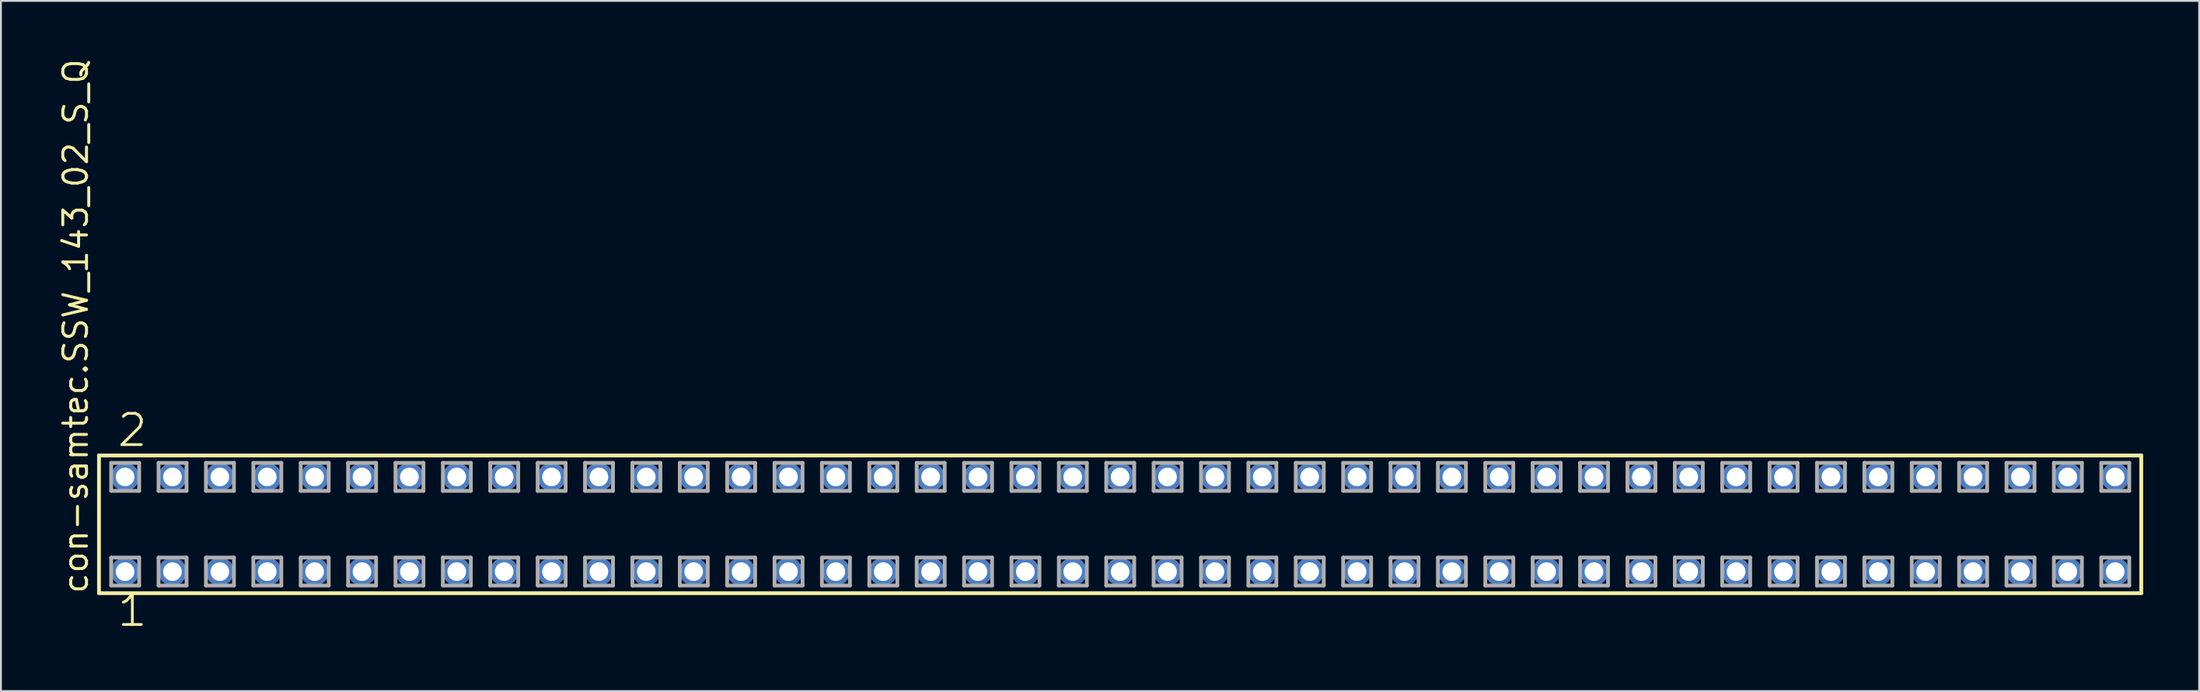
<source format=kicad_pcb>
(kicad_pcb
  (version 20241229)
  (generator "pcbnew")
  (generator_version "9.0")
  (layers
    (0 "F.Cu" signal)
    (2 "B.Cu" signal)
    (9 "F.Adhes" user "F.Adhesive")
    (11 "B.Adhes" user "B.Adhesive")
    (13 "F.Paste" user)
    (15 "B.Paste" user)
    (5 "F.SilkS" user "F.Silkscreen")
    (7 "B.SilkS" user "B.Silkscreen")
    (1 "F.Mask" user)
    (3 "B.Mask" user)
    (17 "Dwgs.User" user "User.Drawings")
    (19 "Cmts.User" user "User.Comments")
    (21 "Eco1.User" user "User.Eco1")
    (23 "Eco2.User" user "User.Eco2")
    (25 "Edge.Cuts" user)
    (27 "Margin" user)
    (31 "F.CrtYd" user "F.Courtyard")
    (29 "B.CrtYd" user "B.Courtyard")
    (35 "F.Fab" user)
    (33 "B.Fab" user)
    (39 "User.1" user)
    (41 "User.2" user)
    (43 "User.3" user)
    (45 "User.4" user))
  (footprint "con-samtec.SSW_143_02_S_Q"
    (layer "F.Cu")
    (at 56.995 25.082)
    (property "Reference" "con-samtec.SSW_143_02_S_Q" (at -55.245 3.81 90) (layer "F.SilkS") (effects (font (size 1.27 1.27) (thickness 0.16)) (justify left bottom)))
    (attr through_hole)
    (fp_line (start -54.739 -3.695) (end 54.739 -3.695) (stroke (width 0.203) (type default)) (layer "F.SilkS"))
    (fp_line (start -54.739 3.695) (end -54.739 -3.695) (stroke (width 0.203) (type default)) (layer "F.SilkS"))
    (fp_line (start 54.739 -3.695) (end 54.739 3.695) (stroke (width 0.203) (type default)) (layer "F.SilkS"))
    (fp_line (start 54.739 3.695) (end -54.739 3.695) (stroke (width 0.203) (type default)) (layer "F.SilkS"))
    (fp_line (start -54.085 -3.295) (end -52.585 -3.295) (stroke (width 0.203) (type default)) (layer "F.Fab"))
    (fp_line (start -54.085 -1.795) (end -54.085 -3.295) (stroke (width 0.203) (type default)) (layer "F.Fab"))
    (fp_line (start -54.085 1.785) (end -52.585 1.785) (stroke (width 0.203) (type default)) (layer "F.Fab"))
    (fp_line (start -54.085 3.285) (end -54.085 1.785) (stroke (width 0.203) (type default)) (layer "F.Fab"))
    (fp_line (start -52.585 -3.295) (end -52.585 -1.795) (stroke (width 0.203) (type default)) (layer "F.Fab"))
    (fp_line (start -52.585 -1.795) (end -54.085 -1.795) (stroke (width 0.203) (type default)) (layer "F.Fab"))
    (fp_line (start -52.585 1.785) (end -52.585 3.285) (stroke (width 0.203) (type default)) (layer "F.Fab"))
    (fp_line (start -52.585 3.285) (end -54.085 3.285) (stroke (width 0.203) (type default)) (layer "F.Fab"))
    (fp_line (start -51.545 -3.295) (end -50.045 -3.295) (stroke (width 0.203) (type default)) (layer "F.Fab"))
    (fp_line (start -51.545 -1.795) (end -51.545 -3.295) (stroke (width 0.203) (type default)) (layer "F.Fab"))
    (fp_line (start -51.545 1.785) (end -50.045 1.785) (stroke (width 0.203) (type default)) (layer "F.Fab"))
    (fp_line (start -51.545 3.285) (end -51.545 1.785) (stroke (width 0.203) (type default)) (layer "F.Fab"))
    (fp_line (start -50.045 -3.295) (end -50.045 -1.795) (stroke (width 0.203) (type default)) (layer "F.Fab"))
    (fp_line (start -50.045 -1.795) (end -51.545 -1.795) (stroke (width 0.203) (type default)) (layer "F.Fab"))
    (fp_line (start -50.045 1.785) (end -50.045 3.285) (stroke (width 0.203) (type default)) (layer "F.Fab"))
    (fp_line (start -50.045 3.285) (end -51.545 3.285) (stroke (width 0.203) (type default)) (layer "F.Fab"))
    (fp_line (start -49.005 -3.295) (end -47.505 -3.295) (stroke (width 0.203) (type default)) (layer "F.Fab"))
    (fp_line (start -49.005 -1.795) (end -49.005 -3.295) (stroke (width 0.203) (type default)) (layer "F.Fab"))
    (fp_line (start -49.005 1.785) (end -47.505 1.785) (stroke (width 0.203) (type default)) (layer "F.Fab"))
    (fp_line (start -49.005 3.285) (end -49.005 1.785) (stroke (width 0.203) (type default)) (layer "F.Fab"))
    (fp_line (start -47.505 -3.295) (end -47.505 -1.795) (stroke (width 0.203) (type default)) (layer "F.Fab"))
    (fp_line (start -47.505 -1.795) (end -49.005 -1.795) (stroke (width 0.203) (type default)) (layer "F.Fab"))
    (fp_line (start -47.505 1.785) (end -47.505 3.285) (stroke (width 0.203) (type default)) (layer "F.Fab"))
    (fp_line (start -47.505 3.285) (end -49.005 3.285) (stroke (width 0.203) (type default)) (layer "F.Fab"))
    (fp_line (start -46.465 -3.295) (end -44.965 -3.295) (stroke (width 0.203) (type default)) (layer "F.Fab"))
    (fp_line (start -46.465 -1.795) (end -46.465 -3.295) (stroke (width 0.203) (type default)) (layer "F.Fab"))
    (fp_line (start -46.465 1.785) (end -44.965 1.785) (stroke (width 0.203) (type default)) (layer "F.Fab"))
    (fp_line (start -46.465 3.285) (end -46.465 1.785) (stroke (width 0.203) (type default)) (layer "F.Fab"))
    (fp_line (start -44.965 -3.295) (end -44.965 -1.795) (stroke (width 0.203) (type default)) (layer "F.Fab"))
    (fp_line (start -44.965 -1.795) (end -46.465 -1.795) (stroke (width 0.203) (type default)) (layer "F.Fab"))
    (fp_line (start -44.965 1.785) (end -44.965 3.285) (stroke (width 0.203) (type default)) (layer "F.Fab"))
    (fp_line (start -44.965 3.285) (end -46.465 3.285) (stroke (width 0.203) (type default)) (layer "F.Fab"))
    (fp_line (start -43.925 -3.295) (end -42.425 -3.295) (stroke (width 0.203) (type default)) (layer "F.Fab"))
    (fp_line (start -43.925 -1.795) (end -43.925 -3.295) (stroke (width 0.203) (type default)) (layer "F.Fab"))
    (fp_line (start -43.925 1.785) (end -42.425 1.785) (stroke (width 0.203) (type default)) (layer "F.Fab"))
    (fp_line (start -43.925 3.285) (end -43.925 1.785) (stroke (width 0.203) (type default)) (layer "F.Fab"))
    (fp_line (start -42.425 -3.295) (end -42.425 -1.795) (stroke (width 0.203) (type default)) (layer "F.Fab"))
    (fp_line (start -42.425 -1.795) (end -43.925 -1.795) (stroke (width 0.203) (type default)) (layer "F.Fab"))
    (fp_line (start -42.425 1.785) (end -42.425 3.285) (stroke (width 0.203) (type default)) (layer "F.Fab"))
    (fp_line (start -42.425 3.285) (end -43.925 3.285) (stroke (width 0.203) (type default)) (layer "F.Fab"))
    (fp_line (start -41.385 -3.295) (end -39.885 -3.295) (stroke (width 0.203) (type default)) (layer "F.Fab"))
    (fp_line (start -41.385 -1.795) (end -41.385 -3.295) (stroke (width 0.203) (type default)) (layer "F.Fab"))
    (fp_line (start -41.385 1.785) (end -39.885 1.785) (stroke (width 0.203) (type default)) (layer "F.Fab"))
    (fp_line (start -41.385 3.285) (end -41.385 1.785) (stroke (width 0.203) (type default)) (layer "F.Fab"))
    (fp_line (start -39.885 -3.295) (end -39.885 -1.795) (stroke (width 0.203) (type default)) (layer "F.Fab"))
    (fp_line (start -39.885 -1.795) (end -41.385 -1.795) (stroke (width 0.203) (type default)) (layer "F.Fab"))
    (fp_line (start -39.885 1.785) (end -39.885 3.285) (stroke (width 0.203) (type default)) (layer "F.Fab"))
    (fp_line (start -39.885 3.285) (end -41.385 3.285) (stroke (width 0.203) (type default)) (layer "F.Fab"))
    (fp_line (start -38.845 -3.295) (end -37.345 -3.295) (stroke (width 0.203) (type default)) (layer "F.Fab"))
    (fp_line (start -38.845 -1.795) (end -38.845 -3.295) (stroke (width 0.203) (type default)) (layer "F.Fab"))
    (fp_line (start -38.845 1.785) (end -37.345 1.785) (stroke (width 0.203) (type default)) (layer "F.Fab"))
    (fp_line (start -38.845 3.285) (end -38.845 1.785) (stroke (width 0.203) (type default)) (layer "F.Fab"))
    (fp_line (start -37.345 -3.295) (end -37.345 -1.795) (stroke (width 0.203) (type default)) (layer "F.Fab"))
    (fp_line (start -37.345 -1.795) (end -38.845 -1.795) (stroke (width 0.203) (type default)) (layer "F.Fab"))
    (fp_line (start -37.345 1.785) (end -37.345 3.285) (stroke (width 0.203) (type default)) (layer "F.Fab"))
    (fp_line (start -37.345 3.285) (end -38.845 3.285) (stroke (width 0.203) (type default)) (layer "F.Fab"))
    (fp_line (start -36.305 -3.295) (end -34.805 -3.295) (stroke (width 0.203) (type default)) (layer "F.Fab"))
    (fp_line (start -36.305 -1.795) (end -36.305 -3.295) (stroke (width 0.203) (type default)) (layer "F.Fab"))
    (fp_line (start -36.305 1.785) (end -34.805 1.785) (stroke (width 0.203) (type default)) (layer "F.Fab"))
    (fp_line (start -36.305 3.285) (end -36.305 1.785) (stroke (width 0.203) (type default)) (layer "F.Fab"))
    (fp_line (start -34.805 -3.295) (end -34.805 -1.795) (stroke (width 0.203) (type default)) (layer "F.Fab"))
    (fp_line (start -34.805 -1.795) (end -36.305 -1.795) (stroke (width 0.203) (type default)) (layer "F.Fab"))
    (fp_line (start -34.805 1.785) (end -34.805 3.285) (stroke (width 0.203) (type default)) (layer "F.Fab"))
    (fp_line (start -34.805 3.285) (end -36.305 3.285) (stroke (width 0.203) (type default)) (layer "F.Fab"))
    (fp_line (start -33.765 -3.295) (end -32.265 -3.295) (stroke (width 0.203) (type default)) (layer "F.Fab"))
    (fp_line (start -33.765 -1.795) (end -33.765 -3.295) (stroke (width 0.203) (type default)) (layer "F.Fab"))
    (fp_line (start -33.765 1.785) (end -32.265 1.785) (stroke (width 0.203) (type default)) (layer "F.Fab"))
    (fp_line (start -33.765 3.285) (end -33.765 1.785) (stroke (width 0.203) (type default)) (layer "F.Fab"))
    (fp_line (start -32.265 -3.295) (end -32.265 -1.795) (stroke (width 0.203) (type default)) (layer "F.Fab"))
    (fp_line (start -32.265 -1.795) (end -33.765 -1.795) (stroke (width 0.203) (type default)) (layer "F.Fab"))
    (fp_line (start -32.265 1.785) (end -32.265 3.285) (stroke (width 0.203) (type default)) (layer "F.Fab"))
    (fp_line (start -32.265 3.285) (end -33.765 3.285) (stroke (width 0.203) (type default)) (layer "F.Fab"))
    (fp_line (start -31.225 -3.295) (end -29.725 -3.295) (stroke (width 0.203) (type default)) (layer "F.Fab"))
    (fp_line (start -31.225 -1.795) (end -31.225 -3.295) (stroke (width 0.203) (type default)) (layer "F.Fab"))
    (fp_line (start -31.225 1.785) (end -29.725 1.785) (stroke (width 0.203) (type default)) (layer "F.Fab"))
    (fp_line (start -31.225 3.285) (end -31.225 1.785) (stroke (width 0.203) (type default)) (layer "F.Fab"))
    (fp_line (start -29.725 -3.295) (end -29.725 -1.795) (stroke (width 0.203) (type default)) (layer "F.Fab"))
    (fp_line (start -29.725 -1.795) (end -31.225 -1.795) (stroke (width 0.203) (type default)) (layer "F.Fab"))
    (fp_line (start -29.725 1.785) (end -29.725 3.285) (stroke (width 0.203) (type default)) (layer "F.Fab"))
    (fp_line (start -29.725 3.285) (end -31.225 3.285) (stroke (width 0.203) (type default)) (layer "F.Fab"))
    (fp_line (start -28.685 -3.295) (end -27.185 -3.295) (stroke (width 0.203) (type default)) (layer "F.Fab"))
    (fp_line (start -28.685 -1.795) (end -28.685 -3.295) (stroke (width 0.203) (type default)) (layer "F.Fab"))
    (fp_line (start -28.685 1.785) (end -27.185 1.785) (stroke (width 0.203) (type default)) (layer "F.Fab"))
    (fp_line (start -28.685 3.285) (end -28.685 1.785) (stroke (width 0.203) (type default)) (layer "F.Fab"))
    (fp_line (start -27.185 -3.295) (end -27.185 -1.795) (stroke (width 0.203) (type default)) (layer "F.Fab"))
    (fp_line (start -27.185 -1.795) (end -28.685 -1.795) (stroke (width 0.203) (type default)) (layer "F.Fab"))
    (fp_line (start -27.185 1.785) (end -27.185 3.285) (stroke (width 0.203) (type default)) (layer "F.Fab"))
    (fp_line (start -27.185 3.285) (end -28.685 3.285) (stroke (width 0.203) (type default)) (layer "F.Fab"))
    (fp_line (start -26.145 -3.295) (end -24.645 -3.295) (stroke (width 0.203) (type default)) (layer "F.Fab"))
    (fp_line (start -26.145 -1.795) (end -26.145 -3.295) (stroke (width 0.203) (type default)) (layer "F.Fab"))
    (fp_line (start -26.145 1.785) (end -24.645 1.785) (stroke (width 0.203) (type default)) (layer "F.Fab"))
    (fp_line (start -26.145 3.285) (end -26.145 1.785) (stroke (width 0.203) (type default)) (layer "F.Fab"))
    (fp_line (start -24.645 -3.295) (end -24.645 -1.795) (stroke (width 0.203) (type default)) (layer "F.Fab"))
    (fp_line (start -24.645 -1.795) (end -26.145 -1.795) (stroke (width 0.203) (type default)) (layer "F.Fab"))
    (fp_line (start -24.645 1.785) (end -24.645 3.285) (stroke (width 0.203) (type default)) (layer "F.Fab"))
    (fp_line (start -24.645 3.285) (end -26.145 3.285) (stroke (width 0.203) (type default)) (layer "F.Fab"))
    (fp_line (start -23.605 -3.295) (end -22.105 -3.295) (stroke (width 0.203) (type default)) (layer "F.Fab"))
    (fp_line (start -23.605 -1.795) (end -23.605 -3.295) (stroke (width 0.203) (type default)) (layer "F.Fab"))
    (fp_line (start -23.605 1.785) (end -22.105 1.785) (stroke (width 0.203) (type default)) (layer "F.Fab"))
    (fp_line (start -23.605 3.285) (end -23.605 1.785) (stroke (width 0.203) (type default)) (layer "F.Fab"))
    (fp_line (start -22.105 -3.295) (end -22.105 -1.795) (stroke (width 0.203) (type default)) (layer "F.Fab"))
    (fp_line (start -22.105 -1.795) (end -23.605 -1.795) (stroke (width 0.203) (type default)) (layer "F.Fab"))
    (fp_line (start -22.105 1.785) (end -22.105 3.285) (stroke (width 0.203) (type default)) (layer "F.Fab"))
    (fp_line (start -22.105 3.285) (end -23.605 3.285) (stroke (width 0.203) (type default)) (layer "F.Fab"))
    (fp_line (start -21.065 -3.295) (end -19.565 -3.295) (stroke (width 0.203) (type default)) (layer "F.Fab"))
    (fp_line (start -21.065 -1.795) (end -21.065 -3.295) (stroke (width 0.203) (type default)) (layer "F.Fab"))
    (fp_line (start -21.065 1.785) (end -19.565 1.785) (stroke (width 0.203) (type default)) (layer "F.Fab"))
    (fp_line (start -21.065 3.285) (end -21.065 1.785) (stroke (width 0.203) (type default)) (layer "F.Fab"))
    (fp_line (start -19.565 -3.295) (end -19.565 -1.795) (stroke (width 0.203) (type default)) (layer "F.Fab"))
    (fp_line (start -19.565 -1.795) (end -21.065 -1.795) (stroke (width 0.203) (type default)) (layer "F.Fab"))
    (fp_line (start -19.565 1.785) (end -19.565 3.285) (stroke (width 0.203) (type default)) (layer "F.Fab"))
    (fp_line (start -19.565 3.285) (end -21.065 3.285) (stroke (width 0.203) (type default)) (layer "F.Fab"))
    (fp_line (start -18.525 -3.295) (end -17.025 -3.295) (stroke (width 0.203) (type default)) (layer "F.Fab"))
    (fp_line (start -18.525 -1.795) (end -18.525 -3.295) (stroke (width 0.203) (type default)) (layer "F.Fab"))
    (fp_line (start -18.525 1.785) (end -17.025 1.785) (stroke (width 0.203) (type default)) (layer "F.Fab"))
    (fp_line (start -18.525 3.285) (end -18.525 1.785) (stroke (width 0.203) (type default)) (layer "F.Fab"))
    (fp_line (start -17.025 -3.295) (end -17.025 -1.795) (stroke (width 0.203) (type default)) (layer "F.Fab"))
    (fp_line (start -17.025 -1.795) (end -18.525 -1.795) (stroke (width 0.203) (type default)) (layer "F.Fab"))
    (fp_line (start -17.025 1.785) (end -17.025 3.285) (stroke (width 0.203) (type default)) (layer "F.Fab"))
    (fp_line (start -17.025 3.285) (end -18.525 3.285) (stroke (width 0.203) (type default)) (layer "F.Fab"))
    (fp_line (start -15.985 -3.295) (end -14.485 -3.295) (stroke (width 0.203) (type default)) (layer "F.Fab"))
    (fp_line (start -15.985 -1.795) (end -15.985 -3.295) (stroke (width 0.203) (type default)) (layer "F.Fab"))
    (fp_line (start -15.985 1.785) (end -14.485 1.785) (stroke (width 0.203) (type default)) (layer "F.Fab"))
    (fp_line (start -15.985 3.285) (end -15.985 1.785) (stroke (width 0.203) (type default)) (layer "F.Fab"))
    (fp_line (start -14.485 -3.295) (end -14.485 -1.795) (stroke (width 0.203) (type default)) (layer "F.Fab"))
    (fp_line (start -14.485 -1.795) (end -15.985 -1.795) (stroke (width 0.203) (type default)) (layer "F.Fab"))
    (fp_line (start -14.485 1.785) (end -14.485 3.285) (stroke (width 0.203) (type default)) (layer "F.Fab"))
    (fp_line (start -14.485 3.285) (end -15.985 3.285) (stroke (width 0.203) (type default)) (layer "F.Fab"))
    (fp_line (start -13.445 -3.295) (end -11.945 -3.295) (stroke (width 0.203) (type default)) (layer "F.Fab"))
    (fp_line (start -13.445 -1.795) (end -13.445 -3.295) (stroke (width 0.203) (type default)) (layer "F.Fab"))
    (fp_line (start -13.445 1.785) (end -11.945 1.785) (stroke (width 0.203) (type default)) (layer "F.Fab"))
    (fp_line (start -13.445 3.285) (end -13.445 1.785) (stroke (width 0.203) (type default)) (layer "F.Fab"))
    (fp_line (start -11.945 -3.295) (end -11.945 -1.795) (stroke (width 0.203) (type default)) (layer "F.Fab"))
    (fp_line (start -11.945 -1.795) (end -13.445 -1.795) (stroke (width 0.203) (type default)) (layer "F.Fab"))
    (fp_line (start -11.945 1.785) (end -11.945 3.285) (stroke (width 0.203) (type default)) (layer "F.Fab"))
    (fp_line (start -11.945 3.285) (end -13.445 3.285) (stroke (width 0.203) (type default)) (layer "F.Fab"))
    (fp_line (start -10.905 -3.295) (end -9.405 -3.295) (stroke (width 0.203) (type default)) (layer "F.Fab"))
    (fp_line (start -10.905 -1.795) (end -10.905 -3.295) (stroke (width 0.203) (type default)) (layer "F.Fab"))
    (fp_line (start -10.905 1.785) (end -9.405 1.785) (stroke (width 0.203) (type default)) (layer "F.Fab"))
    (fp_line (start -10.905 3.285) (end -10.905 1.785) (stroke (width 0.203) (type default)) (layer "F.Fab"))
    (fp_line (start -9.405 -3.295) (end -9.405 -1.795) (stroke (width 0.203) (type default)) (layer "F.Fab"))
    (fp_line (start -9.405 -1.795) (end -10.905 -1.795) (stroke (width 0.203) (type default)) (layer "F.Fab"))
    (fp_line (start -9.405 1.785) (end -9.405 3.285) (stroke (width 0.203) (type default)) (layer "F.Fab"))
    (fp_line (start -9.405 3.285) (end -10.905 3.285) (stroke (width 0.203) (type default)) (layer "F.Fab"))
    (fp_line (start -8.365 -3.295) (end -6.865 -3.295) (stroke (width 0.203) (type default)) (layer "F.Fab"))
    (fp_line (start -8.365 -1.795) (end -8.365 -3.295) (stroke (width 0.203) (type default)) (layer "F.Fab"))
    (fp_line (start -8.365 1.785) (end -6.865 1.785) (stroke (width 0.203) (type default)) (layer "F.Fab"))
    (fp_line (start -8.365 3.285) (end -8.365 1.785) (stroke (width 0.203) (type default)) (layer "F.Fab"))
    (fp_line (start -6.865 -3.295) (end -6.865 -1.795) (stroke (width 0.203) (type default)) (layer "F.Fab"))
    (fp_line (start -6.865 -1.795) (end -8.365 -1.795) (stroke (width 0.203) (type default)) (layer "F.Fab"))
    (fp_line (start -6.865 1.785) (end -6.865 3.285) (stroke (width 0.203) (type default)) (layer "F.Fab"))
    (fp_line (start -6.865 3.285) (end -8.365 3.285) (stroke (width 0.203) (type default)) (layer "F.Fab"))
    (fp_line (start -5.825 -3.295) (end -4.325 -3.295) (stroke (width 0.203) (type default)) (layer "F.Fab"))
    (fp_line (start -5.825 -1.795) (end -5.825 -3.295) (stroke (width 0.203) (type default)) (layer "F.Fab"))
    (fp_line (start -5.825 1.785) (end -4.325 1.785) (stroke (width 0.203) (type default)) (layer "F.Fab"))
    (fp_line (start -5.825 3.285) (end -5.825 1.785) (stroke (width 0.203) (type default)) (layer "F.Fab"))
    (fp_line (start -4.325 -3.295) (end -4.325 -1.795) (stroke (width 0.203) (type default)) (layer "F.Fab"))
    (fp_line (start -4.325 -1.795) (end -5.825 -1.795) (stroke (width 0.203) (type default)) (layer "F.Fab"))
    (fp_line (start -4.325 1.785) (end -4.325 3.285) (stroke (width 0.203) (type default)) (layer "F.Fab"))
    (fp_line (start -4.325 3.285) (end -5.825 3.285) (stroke (width 0.203) (type default)) (layer "F.Fab"))
    (fp_line (start -3.285 -3.295) (end -1.785 -3.295) (stroke (width 0.203) (type default)) (layer "F.Fab"))
    (fp_line (start -3.285 -1.795) (end -3.285 -3.295) (stroke (width 0.203) (type default)) (layer "F.Fab"))
    (fp_line (start -3.285 1.785) (end -1.785 1.785) (stroke (width 0.203) (type default)) (layer "F.Fab"))
    (fp_line (start -3.285 3.285) (end -3.285 1.785) (stroke (width 0.203) (type default)) (layer "F.Fab"))
    (fp_line (start -1.785 -3.295) (end -1.785 -1.795) (stroke (width 0.203) (type default)) (layer "F.Fab"))
    (fp_line (start -1.785 -1.795) (end -3.285 -1.795) (stroke (width 0.203) (type default)) (layer "F.Fab"))
    (fp_line (start -1.785 1.785) (end -1.785 3.285) (stroke (width 0.203) (type default)) (layer "F.Fab"))
    (fp_line (start -1.785 3.285) (end -3.285 3.285) (stroke (width 0.203) (type default)) (layer "F.Fab"))
    (fp_line (start -0.745 -3.295) (end 0.755 -3.295) (stroke (width 0.203) (type default)) (layer "F.Fab"))
    (fp_line (start -0.745 -1.795) (end -0.745 -3.295) (stroke (width 0.203) (type default)) (layer "F.Fab"))
    (fp_line (start -0.745 1.785) (end 0.755 1.785) (stroke (width 0.203) (type default)) (layer "F.Fab"))
    (fp_line (start -0.745 3.285) (end -0.745 1.785) (stroke (width 0.203) (type default)) (layer "F.Fab"))
    (fp_line (start 0.755 -3.295) (end 0.755 -1.795) (stroke (width 0.203) (type default)) (layer "F.Fab"))
    (fp_line (start 0.755 -1.795) (end -0.745 -1.795) (stroke (width 0.203) (type default)) (layer "F.Fab"))
    (fp_line (start 0.755 1.785) (end 0.755 3.285) (stroke (width 0.203) (type default)) (layer "F.Fab"))
    (fp_line (start 0.755 3.285) (end -0.745 3.285) (stroke (width 0.203) (type default)) (layer "F.Fab"))
    (fp_line (start 1.795 -3.295) (end 3.295 -3.295) (stroke (width 0.203) (type default)) (layer "F.Fab"))
    (fp_line (start 1.795 -1.795) (end 1.795 -3.295) (stroke (width 0.203) (type default)) (layer "F.Fab"))
    (fp_line (start 1.795 1.785) (end 3.295 1.785) (stroke (width 0.203) (type default)) (layer "F.Fab"))
    (fp_line (start 1.795 3.285) (end 1.795 1.785) (stroke (width 0.203) (type default)) (layer "F.Fab"))
    (fp_line (start 3.295 -3.295) (end 3.295 -1.795) (stroke (width 0.203) (type default)) (layer "F.Fab"))
    (fp_line (start 3.295 -1.795) (end 1.795 -1.795) (stroke (width 0.203) (type default)) (layer "F.Fab"))
    (fp_line (start 3.295 1.785) (end 3.295 3.285) (stroke (width 0.203) (type default)) (layer "F.Fab"))
    (fp_line (start 3.295 3.285) (end 1.795 3.285) (stroke (width 0.203) (type default)) (layer "F.Fab"))
    (fp_line (start 4.335 -3.295) (end 5.835 -3.295) (stroke (width 0.203) (type default)) (layer "F.Fab"))
    (fp_line (start 4.335 -1.795) (end 4.335 -3.295) (stroke (width 0.203) (type default)) (layer "F.Fab"))
    (fp_line (start 4.335 1.785) (end 5.835 1.785) (stroke (width 0.203) (type default)) (layer "F.Fab"))
    (fp_line (start 4.335 3.285) (end 4.335 1.785) (stroke (width 0.203) (type default)) (layer "F.Fab"))
    (fp_line (start 5.835 -3.295) (end 5.835 -1.795) (stroke (width 0.203) (type default)) (layer "F.Fab"))
    (fp_line (start 5.835 -1.795) (end 4.335 -1.795) (stroke (width 0.203) (type default)) (layer "F.Fab"))
    (fp_line (start 5.835 1.785) (end 5.835 3.285) (stroke (width 0.203) (type default)) (layer "F.Fab"))
    (fp_line (start 5.835 3.285) (end 4.335 3.285) (stroke (width 0.203) (type default)) (layer "F.Fab"))
    (fp_line (start 6.875 -3.295) (end 8.375 -3.295) (stroke (width 0.203) (type default)) (layer "F.Fab"))
    (fp_line (start 6.875 -1.795) (end 6.875 -3.295) (stroke (width 0.203) (type default)) (layer "F.Fab"))
    (fp_line (start 6.875 1.785) (end 8.375 1.785) (stroke (width 0.203) (type default)) (layer "F.Fab"))
    (fp_line (start 6.875 3.285) (end 6.875 1.785) (stroke (width 0.203) (type default)) (layer "F.Fab"))
    (fp_line (start 8.375 -3.295) (end 8.375 -1.795) (stroke (width 0.203) (type default)) (layer "F.Fab"))
    (fp_line (start 8.375 -1.795) (end 6.875 -1.795) (stroke (width 0.203) (type default)) (layer "F.Fab"))
    (fp_line (start 8.375 1.785) (end 8.375 3.285) (stroke (width 0.203) (type default)) (layer "F.Fab"))
    (fp_line (start 8.375 3.285) (end 6.875 3.285) (stroke (width 0.203) (type default)) (layer "F.Fab"))
    (fp_line (start 9.415 -3.295) (end 10.915 -3.295) (stroke (width 0.203) (type default)) (layer "F.Fab"))
    (fp_line (start 9.415 -1.795) (end 9.415 -3.295) (stroke (width 0.203) (type default)) (layer "F.Fab"))
    (fp_line (start 9.415 1.785) (end 10.915 1.785) (stroke (width 0.203) (type default)) (layer "F.Fab"))
    (fp_line (start 9.415 3.285) (end 9.415 1.785) (stroke (width 0.203) (type default)) (layer "F.Fab"))
    (fp_line (start 10.915 -3.295) (end 10.915 -1.795) (stroke (width 0.203) (type default)) (layer "F.Fab"))
    (fp_line (start 10.915 -1.795) (end 9.415 -1.795) (stroke (width 0.203) (type default)) (layer "F.Fab"))
    (fp_line (start 10.915 1.785) (end 10.915 3.285) (stroke (width 0.203) (type default)) (layer "F.Fab"))
    (fp_line (start 10.915 3.285) (end 9.415 3.285) (stroke (width 0.203) (type default)) (layer "F.Fab"))
    (fp_line (start 11.955 -3.295) (end 13.455 -3.295) (stroke (width 0.203) (type default)) (layer "F.Fab"))
    (fp_line (start 11.955 -1.795) (end 11.955 -3.295) (stroke (width 0.203) (type default)) (layer "F.Fab"))
    (fp_line (start 11.955 1.785) (end 13.455 1.785) (stroke (width 0.203) (type default)) (layer "F.Fab"))
    (fp_line (start 11.955 3.285) (end 11.955 1.785) (stroke (width 0.203) (type default)) (layer "F.Fab"))
    (fp_line (start 13.455 -3.295) (end 13.455 -1.795) (stroke (width 0.203) (type default)) (layer "F.Fab"))
    (fp_line (start 13.455 -1.795) (end 11.955 -1.795) (stroke (width 0.203) (type default)) (layer "F.Fab"))
    (fp_line (start 13.455 1.785) (end 13.455 3.285) (stroke (width 0.203) (type default)) (layer "F.Fab"))
    (fp_line (start 13.455 3.285) (end 11.955 3.285) (stroke (width 0.203) (type default)) (layer "F.Fab"))
    (fp_line (start 14.495 -3.295) (end 15.995 -3.295) (stroke (width 0.203) (type default)) (layer "F.Fab"))
    (fp_line (start 14.495 -1.795) (end 14.495 -3.295) (stroke (width 0.203) (type default)) (layer "F.Fab"))
    (fp_line (start 14.495 1.785) (end 15.995 1.785) (stroke (width 0.203) (type default)) (layer "F.Fab"))
    (fp_line (start 14.495 3.285) (end 14.495 1.785) (stroke (width 0.203) (type default)) (layer "F.Fab"))
    (fp_line (start 15.995 -3.295) (end 15.995 -1.795) (stroke (width 0.203) (type default)) (layer "F.Fab"))
    (fp_line (start 15.995 -1.795) (end 14.495 -1.795) (stroke (width 0.203) (type default)) (layer "F.Fab"))
    (fp_line (start 15.995 1.785) (end 15.995 3.285) (stroke (width 0.203) (type default)) (layer "F.Fab"))
    (fp_line (start 15.995 3.285) (end 14.495 3.285) (stroke (width 0.203) (type default)) (layer "F.Fab"))
    (fp_line (start 17.035 -3.295) (end 18.535 -3.295) (stroke (width 0.203) (type default)) (layer "F.Fab"))
    (fp_line (start 17.035 -1.795) (end 17.035 -3.295) (stroke (width 0.203) (type default)) (layer "F.Fab"))
    (fp_line (start 17.035 1.785) (end 18.535 1.785) (stroke (width 0.203) (type default)) (layer "F.Fab"))
    (fp_line (start 17.035 3.285) (end 17.035 1.785) (stroke (width 0.203) (type default)) (layer "F.Fab"))
    (fp_line (start 18.535 -3.295) (end 18.535 -1.795) (stroke (width 0.203) (type default)) (layer "F.Fab"))
    (fp_line (start 18.535 -1.795) (end 17.035 -1.795) (stroke (width 0.203) (type default)) (layer "F.Fab"))
    (fp_line (start 18.535 1.785) (end 18.535 3.285) (stroke (width 0.203) (type default)) (layer "F.Fab"))
    (fp_line (start 18.535 3.285) (end 17.035 3.285) (stroke (width 0.203) (type default)) (layer "F.Fab"))
    (fp_line (start 19.575 -3.295) (end 21.075 -3.295) (stroke (width 0.203) (type default)) (layer "F.Fab"))
    (fp_line (start 19.575 -1.795) (end 19.575 -3.295) (stroke (width 0.203) (type default)) (layer "F.Fab"))
    (fp_line (start 19.575 1.785) (end 21.075 1.785) (stroke (width 0.203) (type default)) (layer "F.Fab"))
    (fp_line (start 19.575 3.285) (end 19.575 1.785) (stroke (width 0.203) (type default)) (layer "F.Fab"))
    (fp_line (start 21.075 -3.295) (end 21.075 -1.795) (stroke (width 0.203) (type default)) (layer "F.Fab"))
    (fp_line (start 21.075 -1.795) (end 19.575 -1.795) (stroke (width 0.203) (type default)) (layer "F.Fab"))
    (fp_line (start 21.075 1.785) (end 21.075 3.285) (stroke (width 0.203) (type default)) (layer "F.Fab"))
    (fp_line (start 21.075 3.285) (end 19.575 3.285) (stroke (width 0.203) (type default)) (layer "F.Fab"))
    (fp_line (start 22.115 -3.295) (end 23.615 -3.295) (stroke (width 0.203) (type default)) (layer "F.Fab"))
    (fp_line (start 22.115 -1.795) (end 22.115 -3.295) (stroke (width 0.203) (type default)) (layer "F.Fab"))
    (fp_line (start 22.115 1.785) (end 23.615 1.785) (stroke (width 0.203) (type default)) (layer "F.Fab"))
    (fp_line (start 22.115 3.285) (end 22.115 1.785) (stroke (width 0.203) (type default)) (layer "F.Fab"))
    (fp_line (start 23.615 -3.295) (end 23.615 -1.795) (stroke (width 0.203) (type default)) (layer "F.Fab"))
    (fp_line (start 23.615 -1.795) (end 22.115 -1.795) (stroke (width 0.203) (type default)) (layer "F.Fab"))
    (fp_line (start 23.615 1.785) (end 23.615 3.285) (stroke (width 0.203) (type default)) (layer "F.Fab"))
    (fp_line (start 23.615 3.285) (end 22.115 3.285) (stroke (width 0.203) (type default)) (layer "F.Fab"))
    (fp_line (start 24.655 -3.295) (end 26.155 -3.295) (stroke (width 0.203) (type default)) (layer "F.Fab"))
    (fp_line (start 24.655 -1.795) (end 24.655 -3.295) (stroke (width 0.203) (type default)) (layer "F.Fab"))
    (fp_line (start 24.655 1.785) (end 26.155 1.785) (stroke (width 0.203) (type default)) (layer "F.Fab"))
    (fp_line (start 24.655 3.285) (end 24.655 1.785) (stroke (width 0.203) (type default)) (layer "F.Fab"))
    (fp_line (start 26.155 -3.295) (end 26.155 -1.795) (stroke (width 0.203) (type default)) (layer "F.Fab"))
    (fp_line (start 26.155 -1.795) (end 24.655 -1.795) (stroke (width 0.203) (type default)) (layer "F.Fab"))
    (fp_line (start 26.155 1.785) (end 26.155 3.285) (stroke (width 0.203) (type default)) (layer "F.Fab"))
    (fp_line (start 26.155 3.285) (end 24.655 3.285) (stroke (width 0.203) (type default)) (layer "F.Fab"))
    (fp_line (start 27.195 -3.295) (end 28.695 -3.295) (stroke (width 0.203) (type default)) (layer "F.Fab"))
    (fp_line (start 27.195 -1.795) (end 27.195 -3.295) (stroke (width 0.203) (type default)) (layer "F.Fab"))
    (fp_line (start 27.195 1.785) (end 28.695 1.785) (stroke (width 0.203) (type default)) (layer "F.Fab"))
    (fp_line (start 27.195 3.285) (end 27.195 1.785) (stroke (width 0.203) (type default)) (layer "F.Fab"))
    (fp_line (start 28.695 -3.295) (end 28.695 -1.795) (stroke (width 0.203) (type default)) (layer "F.Fab"))
    (fp_line (start 28.695 -1.795) (end 27.195 -1.795) (stroke (width 0.203) (type default)) (layer "F.Fab"))
    (fp_line (start 28.695 1.785) (end 28.695 3.285) (stroke (width 0.203) (type default)) (layer "F.Fab"))
    (fp_line (start 28.695 3.285) (end 27.195 3.285) (stroke (width 0.203) (type default)) (layer "F.Fab"))
    (fp_line (start 29.735 -3.295) (end 31.235 -3.295) (stroke (width 0.203) (type default)) (layer "F.Fab"))
    (fp_line (start 29.735 -1.795) (end 29.735 -3.295) (stroke (width 0.203) (type default)) (layer "F.Fab"))
    (fp_line (start 29.735 1.785) (end 31.235 1.785) (stroke (width 0.203) (type default)) (layer "F.Fab"))
    (fp_line (start 29.735 3.285) (end 29.735 1.785) (stroke (width 0.203) (type default)) (layer "F.Fab"))
    (fp_line (start 31.235 -3.295) (end 31.235 -1.795) (stroke (width 0.203) (type default)) (layer "F.Fab"))
    (fp_line (start 31.235 -1.795) (end 29.735 -1.795) (stroke (width 0.203) (type default)) (layer "F.Fab"))
    (fp_line (start 31.235 1.785) (end 31.235 3.285) (stroke (width 0.203) (type default)) (layer "F.Fab"))
    (fp_line (start 31.235 3.285) (end 29.735 3.285) (stroke (width 0.203) (type default)) (layer "F.Fab"))
    (fp_line (start 32.275 -3.295) (end 33.775 -3.295) (stroke (width 0.203) (type default)) (layer "F.Fab"))
    (fp_line (start 32.275 -1.795) (end 32.275 -3.295) (stroke (width 0.203) (type default)) (layer "F.Fab"))
    (fp_line (start 32.275 1.785) (end 33.775 1.785) (stroke (width 0.203) (type default)) (layer "F.Fab"))
    (fp_line (start 32.275 3.285) (end 32.275 1.785) (stroke (width 0.203) (type default)) (layer "F.Fab"))
    (fp_line (start 33.775 -3.295) (end 33.775 -1.795) (stroke (width 0.203) (type default)) (layer "F.Fab"))
    (fp_line (start 33.775 -1.795) (end 32.275 -1.795) (stroke (width 0.203) (type default)) (layer "F.Fab"))
    (fp_line (start 33.775 1.785) (end 33.775 3.285) (stroke (width 0.203) (type default)) (layer "F.Fab"))
    (fp_line (start 33.775 3.285) (end 32.275 3.285) (stroke (width 0.203) (type default)) (layer "F.Fab"))
    (fp_line (start 34.815 -3.295) (end 36.315 -3.295) (stroke (width 0.203) (type default)) (layer "F.Fab"))
    (fp_line (start 34.815 -1.795) (end 34.815 -3.295) (stroke (width 0.203) (type default)) (layer "F.Fab"))
    (fp_line (start 34.815 1.785) (end 36.315 1.785) (stroke (width 0.203) (type default)) (layer "F.Fab"))
    (fp_line (start 34.815 3.285) (end 34.815 1.785) (stroke (width 0.203) (type default)) (layer "F.Fab"))
    (fp_line (start 36.315 -3.295) (end 36.315 -1.795) (stroke (width 0.203) (type default)) (layer "F.Fab"))
    (fp_line (start 36.315 -1.795) (end 34.815 -1.795) (stroke (width 0.203) (type default)) (layer "F.Fab"))
    (fp_line (start 36.315 1.785) (end 36.315 3.285) (stroke (width 0.203) (type default)) (layer "F.Fab"))
    (fp_line (start 36.315 3.285) (end 34.815 3.285) (stroke (width 0.203) (type default)) (layer "F.Fab"))
    (fp_line (start 37.355 -3.295) (end 38.855 -3.295) (stroke (width 0.203) (type default)) (layer "F.Fab"))
    (fp_line (start 37.355 -1.795) (end 37.355 -3.295) (stroke (width 0.203) (type default)) (layer "F.Fab"))
    (fp_line (start 37.355 1.785) (end 38.855 1.785) (stroke (width 0.203) (type default)) (layer "F.Fab"))
    (fp_line (start 37.355 3.285) (end 37.355 1.785) (stroke (width 0.203) (type default)) (layer "F.Fab"))
    (fp_line (start 38.855 -3.295) (end 38.855 -1.795) (stroke (width 0.203) (type default)) (layer "F.Fab"))
    (fp_line (start 38.855 -1.795) (end 37.355 -1.795) (stroke (width 0.203) (type default)) (layer "F.Fab"))
    (fp_line (start 38.855 1.785) (end 38.855 3.285) (stroke (width 0.203) (type default)) (layer "F.Fab"))
    (fp_line (start 38.855 3.285) (end 37.355 3.285) (stroke (width 0.203) (type default)) (layer "F.Fab"))
    (fp_line (start 39.895 -3.295) (end 41.395 -3.295) (stroke (width 0.203) (type default)) (layer "F.Fab"))
    (fp_line (start 39.895 -1.795) (end 39.895 -3.295) (stroke (width 0.203) (type default)) (layer "F.Fab"))
    (fp_line (start 39.895 1.785) (end 41.395 1.785) (stroke (width 0.203) (type default)) (layer "F.Fab"))
    (fp_line (start 39.895 3.285) (end 39.895 1.785) (stroke (width 0.203) (type default)) (layer "F.Fab"))
    (fp_line (start 41.395 -3.295) (end 41.395 -1.795) (stroke (width 0.203) (type default)) (layer "F.Fab"))
    (fp_line (start 41.395 -1.795) (end 39.895 -1.795) (stroke (width 0.203) (type default)) (layer "F.Fab"))
    (fp_line (start 41.395 1.785) (end 41.395 3.285) (stroke (width 0.203) (type default)) (layer "F.Fab"))
    (fp_line (start 41.395 3.285) (end 39.895 3.285) (stroke (width 0.203) (type default)) (layer "F.Fab"))
    (fp_line (start 42.435 -3.295) (end 43.935 -3.295) (stroke (width 0.203) (type default)) (layer "F.Fab"))
    (fp_line (start 42.435 -1.795) (end 42.435 -3.295) (stroke (width 0.203) (type default)) (layer "F.Fab"))
    (fp_line (start 42.435 1.785) (end 43.935 1.785) (stroke (width 0.203) (type default)) (layer "F.Fab"))
    (fp_line (start 42.435 3.285) (end 42.435 1.785) (stroke (width 0.203) (type default)) (layer "F.Fab"))
    (fp_line (start 43.935 -3.295) (end 43.935 -1.795) (stroke (width 0.203) (type default)) (layer "F.Fab"))
    (fp_line (start 43.935 -1.795) (end 42.435 -1.795) (stroke (width 0.203) (type default)) (layer "F.Fab"))
    (fp_line (start 43.935 1.785) (end 43.935 3.285) (stroke (width 0.203) (type default)) (layer "F.Fab"))
    (fp_line (start 43.935 3.285) (end 42.435 3.285) (stroke (width 0.203) (type default)) (layer "F.Fab"))
    (fp_line (start 44.975 -3.295) (end 46.475 -3.295) (stroke (width 0.203) (type default)) (layer "F.Fab"))
    (fp_line (start 44.975 -1.795) (end 44.975 -3.295) (stroke (width 0.203) (type default)) (layer "F.Fab"))
    (fp_line (start 44.975 1.785) (end 46.475 1.785) (stroke (width 0.203) (type default)) (layer "F.Fab"))
    (fp_line (start 44.975 3.285) (end 44.975 1.785) (stroke (width 0.203) (type default)) (layer "F.Fab"))
    (fp_line (start 46.475 -3.295) (end 46.475 -1.795) (stroke (width 0.203) (type default)) (layer "F.Fab"))
    (fp_line (start 46.475 -1.795) (end 44.975 -1.795) (stroke (width 0.203) (type default)) (layer "F.Fab"))
    (fp_line (start 46.475 1.785) (end 46.475 3.285) (stroke (width 0.203) (type default)) (layer "F.Fab"))
    (fp_line (start 46.475 3.285) (end 44.975 3.285) (stroke (width 0.203) (type default)) (layer "F.Fab"))
    (fp_line (start 47.515 -3.295) (end 49.015 -3.295) (stroke (width 0.203) (type default)) (layer "F.Fab"))
    (fp_line (start 47.515 -1.795) (end 47.515 -3.295) (stroke (width 0.203) (type default)) (layer "F.Fab"))
    (fp_line (start 47.515 1.785) (end 49.015 1.785) (stroke (width 0.203) (type default)) (layer "F.Fab"))
    (fp_line (start 47.515 3.285) (end 47.515 1.785) (stroke (width 0.203) (type default)) (layer "F.Fab"))
    (fp_line (start 49.015 -3.295) (end 49.015 -1.795) (stroke (width 0.203) (type default)) (layer "F.Fab"))
    (fp_line (start 49.015 -1.795) (end 47.515 -1.795) (stroke (width 0.203) (type default)) (layer "F.Fab"))
    (fp_line (start 49.015 1.785) (end 49.015 3.285) (stroke (width 0.203) (type default)) (layer "F.Fab"))
    (fp_line (start 49.015 3.285) (end 47.515 3.285) (stroke (width 0.203) (type default)) (layer "F.Fab"))
    (fp_line (start 50.055 -3.295) (end 51.555 -3.295) (stroke (width 0.203) (type default)) (layer "F.Fab"))
    (fp_line (start 50.055 -1.795) (end 50.055 -3.295) (stroke (width 0.203) (type default)) (layer "F.Fab"))
    (fp_line (start 50.055 1.785) (end 51.555 1.785) (stroke (width 0.203) (type default)) (layer "F.Fab"))
    (fp_line (start 50.055 3.285) (end 50.055 1.785) (stroke (width 0.203) (type default)) (layer "F.Fab"))
    (fp_line (start 51.555 -3.295) (end 51.555 -1.795) (stroke (width 0.203) (type default)) (layer "F.Fab"))
    (fp_line (start 51.555 -1.795) (end 50.055 -1.795) (stroke (width 0.203) (type default)) (layer "F.Fab"))
    (fp_line (start 51.555 1.785) (end 51.555 3.285) (stroke (width 0.203) (type default)) (layer "F.Fab"))
    (fp_line (start 51.555 3.285) (end 50.055 3.285) (stroke (width 0.203) (type default)) (layer "F.Fab"))
    (fp_line (start 52.595 -3.295) (end 54.095 -3.295) (stroke (width 0.203) (type default)) (layer "F.Fab"))
    (fp_line (start 52.595 -1.795) (end 52.595 -3.295) (stroke (width 0.203) (type default)) (layer "F.Fab"))
    (fp_line (start 52.595 1.785) (end 54.095 1.785) (stroke (width 0.203) (type default)) (layer "F.Fab"))
    (fp_line (start 52.595 3.285) (end 52.595 1.785) (stroke (width 0.203) (type default)) (layer "F.Fab"))
    (fp_line (start 54.095 -3.295) (end 54.095 -1.795) (stroke (width 0.203) (type default)) (layer "F.Fab"))
    (fp_line (start 54.095 -1.795) (end 52.595 -1.795) (stroke (width 0.203) (type default)) (layer "F.Fab"))
    (fp_line (start 54.095 1.785) (end 54.095 3.285) (stroke (width 0.203) (type default)) (layer "F.Fab"))
    (fp_line (start 54.095 3.285) (end 52.595 3.285) (stroke (width 0.203) (type default)) (layer "F.Fab"))
    (fp_text user "2" (at -53.848 -4.064 0) (layer "F.SilkS") (effects (font (size 1.676 1.676) (thickness 0.15)) (justify left bottom)))
    (fp_text user "1" (at -53.848 5.588 0) (layer "F.SilkS") (effects (font (size 1.676 1.676) (thickness 0.15)) (justify left bottom)))
    (pad "1" thru_hole circle (at -53.34 2.54) (size 1.5 1.5) (drill 1) (layers "*.Cu" "*.Mask"))
    (pad "2" thru_hole circle (at -53.34 -2.54) (size 1.5 1.5) (drill 1) (layers "*.Cu" "*.Mask"))
    (pad "3" thru_hole circle (at -50.8 2.54) (size 1.5 1.5) (drill 1) (layers "*.Cu" "*.Mask"))
    (pad "4" thru_hole circle (at -50.8 -2.54) (size 1.5 1.5) (drill 1) (layers "*.Cu" "*.Mask"))
    (pad "5" thru_hole circle (at -48.26 2.54) (size 1.5 1.5) (drill 1) (layers "*.Cu" "*.Mask"))
    (pad "6" thru_hole circle (at -48.26 -2.54) (size 1.5 1.5) (drill 1) (layers "*.Cu" "*.Mask"))
    (pad "7" thru_hole circle (at -45.72 2.54) (size 1.5 1.5) (drill 1) (layers "*.Cu" "*.Mask"))
    (pad "8" thru_hole circle (at -45.72 -2.54) (size 1.5 1.5) (drill 1) (layers "*.Cu" "*.Mask"))
    (pad "9" thru_hole circle (at -43.18 2.54) (size 1.5 1.5) (drill 1) (layers "*.Cu" "*.Mask"))
    (pad "10" thru_hole circle (at -43.18 -2.54) (size 1.5 1.5) (drill 1) (layers "*.Cu" "*.Mask"))
    (pad "11" thru_hole circle (at -40.64 2.54) (size 1.5 1.5) (drill 1) (layers "*.Cu" "*.Mask"))
    (pad "12" thru_hole circle (at -40.64 -2.54) (size 1.5 1.5) (drill 1) (layers "*.Cu" "*.Mask"))
    (pad "13" thru_hole circle (at -38.1 2.54) (size 1.5 1.5) (drill 1) (layers "*.Cu" "*.Mask"))
    (pad "14" thru_hole circle (at -38.1 -2.54) (size 1.5 1.5) (drill 1) (layers "*.Cu" "*.Mask"))
    (pad "15" thru_hole circle (at -35.56 2.54) (size 1.5 1.5) (drill 1) (layers "*.Cu" "*.Mask"))
    (pad "16" thru_hole circle (at -35.56 -2.54) (size 1.5 1.5) (drill 1) (layers "*.Cu" "*.Mask"))
    (pad "17" thru_hole circle (at -33.02 2.54) (size 1.5 1.5) (drill 1) (layers "*.Cu" "*.Mask"))
    (pad "18" thru_hole circle (at -33.02 -2.54) (size 1.5 1.5) (drill 1) (layers "*.Cu" "*.Mask"))
    (pad "19" thru_hole circle (at -30.48 2.54) (size 1.5 1.5) (drill 1) (layers "*.Cu" "*.Mask"))
    (pad "20" thru_hole circle (at -30.48 -2.54) (size 1.5 1.5) (drill 1) (layers "*.Cu" "*.Mask"))
    (pad "21" thru_hole circle (at -27.94 2.54) (size 1.5 1.5) (drill 1) (layers "*.Cu" "*.Mask"))
    (pad "22" thru_hole circle (at -27.94 -2.54) (size 1.5 1.5) (drill 1) (layers "*.Cu" "*.Mask"))
    (pad "23" thru_hole circle (at -25.4 2.54) (size 1.5 1.5) (drill 1) (layers "*.Cu" "*.Mask"))
    (pad "24" thru_hole circle (at -25.4 -2.54) (size 1.5 1.5) (drill 1) (layers "*.Cu" "*.Mask"))
    (pad "25" thru_hole circle (at -22.86 2.54) (size 1.5 1.5) (drill 1) (layers "*.Cu" "*.Mask"))
    (pad "26" thru_hole circle (at -22.86 -2.54) (size 1.5 1.5) (drill 1) (layers "*.Cu" "*.Mask"))
    (pad "27" thru_hole circle (at -20.32 2.54) (size 1.5 1.5) (drill 1) (layers "*.Cu" "*.Mask"))
    (pad "28" thru_hole circle (at -20.32 -2.54) (size 1.5 1.5) (drill 1) (layers "*.Cu" "*.Mask"))
    (pad "29" thru_hole circle (at -17.78 2.54) (size 1.5 1.5) (drill 1) (layers "*.Cu" "*.Mask"))
    (pad "30" thru_hole circle (at -17.78 -2.54) (size 1.5 1.5) (drill 1) (layers "*.Cu" "*.Mask"))
    (pad "31" thru_hole circle (at -15.24 2.54) (size 1.5 1.5) (drill 1) (layers "*.Cu" "*.Mask"))
    (pad "32" thru_hole circle (at -15.24 -2.54) (size 1.5 1.5) (drill 1) (layers "*.Cu" "*.Mask"))
    (pad "33" thru_hole circle (at -12.7 2.54) (size 1.5 1.5) (drill 1) (layers "*.Cu" "*.Mask"))
    (pad "34" thru_hole circle (at -12.7 -2.54) (size 1.5 1.5) (drill 1) (layers "*.Cu" "*.Mask"))
    (pad "35" thru_hole circle (at -10.16 2.54) (size 1.5 1.5) (drill 1) (layers "*.Cu" "*.Mask"))
    (pad "36" thru_hole circle (at -10.16 -2.54) (size 1.5 1.5) (drill 1) (layers "*.Cu" "*.Mask"))
    (pad "37" thru_hole circle (at -7.62 2.54) (size 1.5 1.5) (drill 1) (layers "*.Cu" "*.Mask"))
    (pad "38" thru_hole circle (at -7.62 -2.54) (size 1.5 1.5) (drill 1) (layers "*.Cu" "*.Mask"))
    (pad "39" thru_hole circle (at -5.08 2.54) (size 1.5 1.5) (drill 1) (layers "*.Cu" "*.Mask"))
    (pad "40" thru_hole circle (at -5.08 -2.54) (size 1.5 1.5) (drill 1) (layers "*.Cu" "*.Mask"))
    (pad "41" thru_hole circle (at -2.54 2.54) (size 1.5 1.5) (drill 1) (layers "*.Cu" "*.Mask"))
    (pad "42" thru_hole circle (at -2.54 -2.54) (size 1.5 1.5) (drill 1) (layers "*.Cu" "*.Mask"))
    (pad "43" thru_hole circle (at 0 2.54) (size 1.5 1.5) (drill 1) (layers "*.Cu" "*.Mask"))
    (pad "44" thru_hole circle (at 0 -2.54) (size 1.5 1.5) (drill 1) (layers "*.Cu" "*.Mask"))
    (pad "45" thru_hole circle (at 2.54 2.54) (size 1.5 1.5) (drill 1) (layers "*.Cu" "*.Mask"))
    (pad "46" thru_hole circle (at 2.54 -2.54) (size 1.5 1.5) (drill 1) (layers "*.Cu" "*.Mask"))
    (pad "47" thru_hole circle (at 5.08 2.54) (size 1.5 1.5) (drill 1) (layers "*.Cu" "*.Mask"))
    (pad "48" thru_hole circle (at 5.08 -2.54) (size 1.5 1.5) (drill 1) (layers "*.Cu" "*.Mask"))
    (pad "49" thru_hole circle (at 7.62 2.54) (size 1.5 1.5) (drill 1) (layers "*.Cu" "*.Mask"))
    (pad "50" thru_hole circle (at 7.62 -2.54) (size 1.5 1.5) (drill 1) (layers "*.Cu" "*.Mask"))
    (pad "51" thru_hole circle (at 10.16 2.54) (size 1.5 1.5) (drill 1) (layers "*.Cu" "*.Mask"))
    (pad "52" thru_hole circle (at 10.16 -2.54) (size 1.5 1.5) (drill 1) (layers "*.Cu" "*.Mask"))
    (pad "53" thru_hole circle (at 12.7 2.54) (size 1.5 1.5) (drill 1) (layers "*.Cu" "*.Mask"))
    (pad "54" thru_hole circle (at 12.7 -2.54) (size 1.5 1.5) (drill 1) (layers "*.Cu" "*.Mask"))
    (pad "55" thru_hole circle (at 15.24 2.54) (size 1.5 1.5) (drill 1) (layers "*.Cu" "*.Mask"))
    (pad "56" thru_hole circle (at 15.24 -2.54) (size 1.5 1.5) (drill 1) (layers "*.Cu" "*.Mask"))
    (pad "57" thru_hole circle (at 17.78 2.54) (size 1.5 1.5) (drill 1) (layers "*.Cu" "*.Mask"))
    (pad "58" thru_hole circle (at 17.78 -2.54) (size 1.5 1.5) (drill 1) (layers "*.Cu" "*.Mask"))
    (pad "59" thru_hole circle (at 20.32 2.54) (size 1.5 1.5) (drill 1) (layers "*.Cu" "*.Mask"))
    (pad "60" thru_hole circle (at 20.32 -2.54) (size 1.5 1.5) (drill 1) (layers "*.Cu" "*.Mask"))
    (pad "61" thru_hole circle (at 22.86 2.54) (size 1.5 1.5) (drill 1) (layers "*.Cu" "*.Mask"))
    (pad "62" thru_hole circle (at 22.86 -2.54) (size 1.5 1.5) (drill 1) (layers "*.Cu" "*.Mask"))
    (pad "63" thru_hole circle (at 25.4 2.54) (size 1.5 1.5) (drill 1) (layers "*.Cu" "*.Mask"))
    (pad "64" thru_hole circle (at 25.4 -2.54) (size 1.5 1.5) (drill 1) (layers "*.Cu" "*.Mask"))
    (pad "65" thru_hole circle (at 27.94 2.54) (size 1.5 1.5) (drill 1) (layers "*.Cu" "*.Mask"))
    (pad "66" thru_hole circle (at 27.94 -2.54) (size 1.5 1.5) (drill 1) (layers "*.Cu" "*.Mask"))
    (pad "67" thru_hole circle (at 30.48 2.54) (size 1.5 1.5) (drill 1) (layers "*.Cu" "*.Mask"))
    (pad "68" thru_hole circle (at 30.48 -2.54) (size 1.5 1.5) (drill 1) (layers "*.Cu" "*.Mask"))
    (pad "69" thru_hole circle (at 33.02 2.54) (size 1.5 1.5) (drill 1) (layers "*.Cu" "*.Mask"))
    (pad "70" thru_hole circle (at 33.02 -2.54) (size 1.5 1.5) (drill 1) (layers "*.Cu" "*.Mask"))
    (pad "71" thru_hole circle (at 35.56 2.54) (size 1.5 1.5) (drill 1) (layers "*.Cu" "*.Mask"))
    (pad "72" thru_hole circle (at 35.56 -2.54) (size 1.5 1.5) (drill 1) (layers "*.Cu" "*.Mask"))
    (pad "73" thru_hole circle (at 38.1 2.54) (size 1.5 1.5) (drill 1) (layers "*.Cu" "*.Mask"))
    (pad "74" thru_hole circle (at 38.1 -2.54) (size 1.5 1.5) (drill 1) (layers "*.Cu" "*.Mask"))
    (pad "75" thru_hole circle (at 40.64 2.54) (size 1.5 1.5) (drill 1) (layers "*.Cu" "*.Mask"))
    (pad "76" thru_hole circle (at 40.64 -2.54) (size 1.5 1.5) (drill 1) (layers "*.Cu" "*.Mask"))
    (pad "77" thru_hole circle (at 43.18 2.54) (size 1.5 1.5) (drill 1) (layers "*.Cu" "*.Mask"))
    (pad "78" thru_hole circle (at 43.18 -2.54) (size 1.5 1.5) (drill 1) (layers "*.Cu" "*.Mask"))
    (pad "79" thru_hole circle (at 45.72 2.54) (size 1.5 1.5) (drill 1) (layers "*.Cu" "*.Mask"))
    (pad "80" thru_hole circle (at 45.72 -2.54) (size 1.5 1.5) (drill 1) (layers "*.Cu" "*.Mask"))
    (pad "81" thru_hole circle (at 48.26 2.54) (size 1.5 1.5) (drill 1) (layers "*.Cu" "*.Mask"))
    (pad "82" thru_hole circle (at 48.26 -2.54) (size 1.5 1.5) (drill 1) (layers "*.Cu" "*.Mask"))
    (pad "83" thru_hole circle (at 50.8 2.54) (size 1.5 1.5) (drill 1) (layers "*.Cu" "*.Mask"))
    (pad "84" thru_hole circle (at 50.8 -2.54) (size 1.5 1.5) (drill 1) (layers "*.Cu" "*.Mask"))
    (pad "85" thru_hole circle (at 53.34 2.54) (size 1.5 1.5) (drill 1) (layers "*.Cu" "*.Mask"))
    (pad "86" thru_hole circle (at 53.34 -2.54) (size 1.5 1.5) (drill 1) (layers "*.Cu" "*.Mask")))
  (gr_rect
    (start -3 -3)
    (end 114.836 34.031)
    (stroke (width 0.1) (type default))
    (fill no)
    (layer "Edge.Cuts")))
</source>
